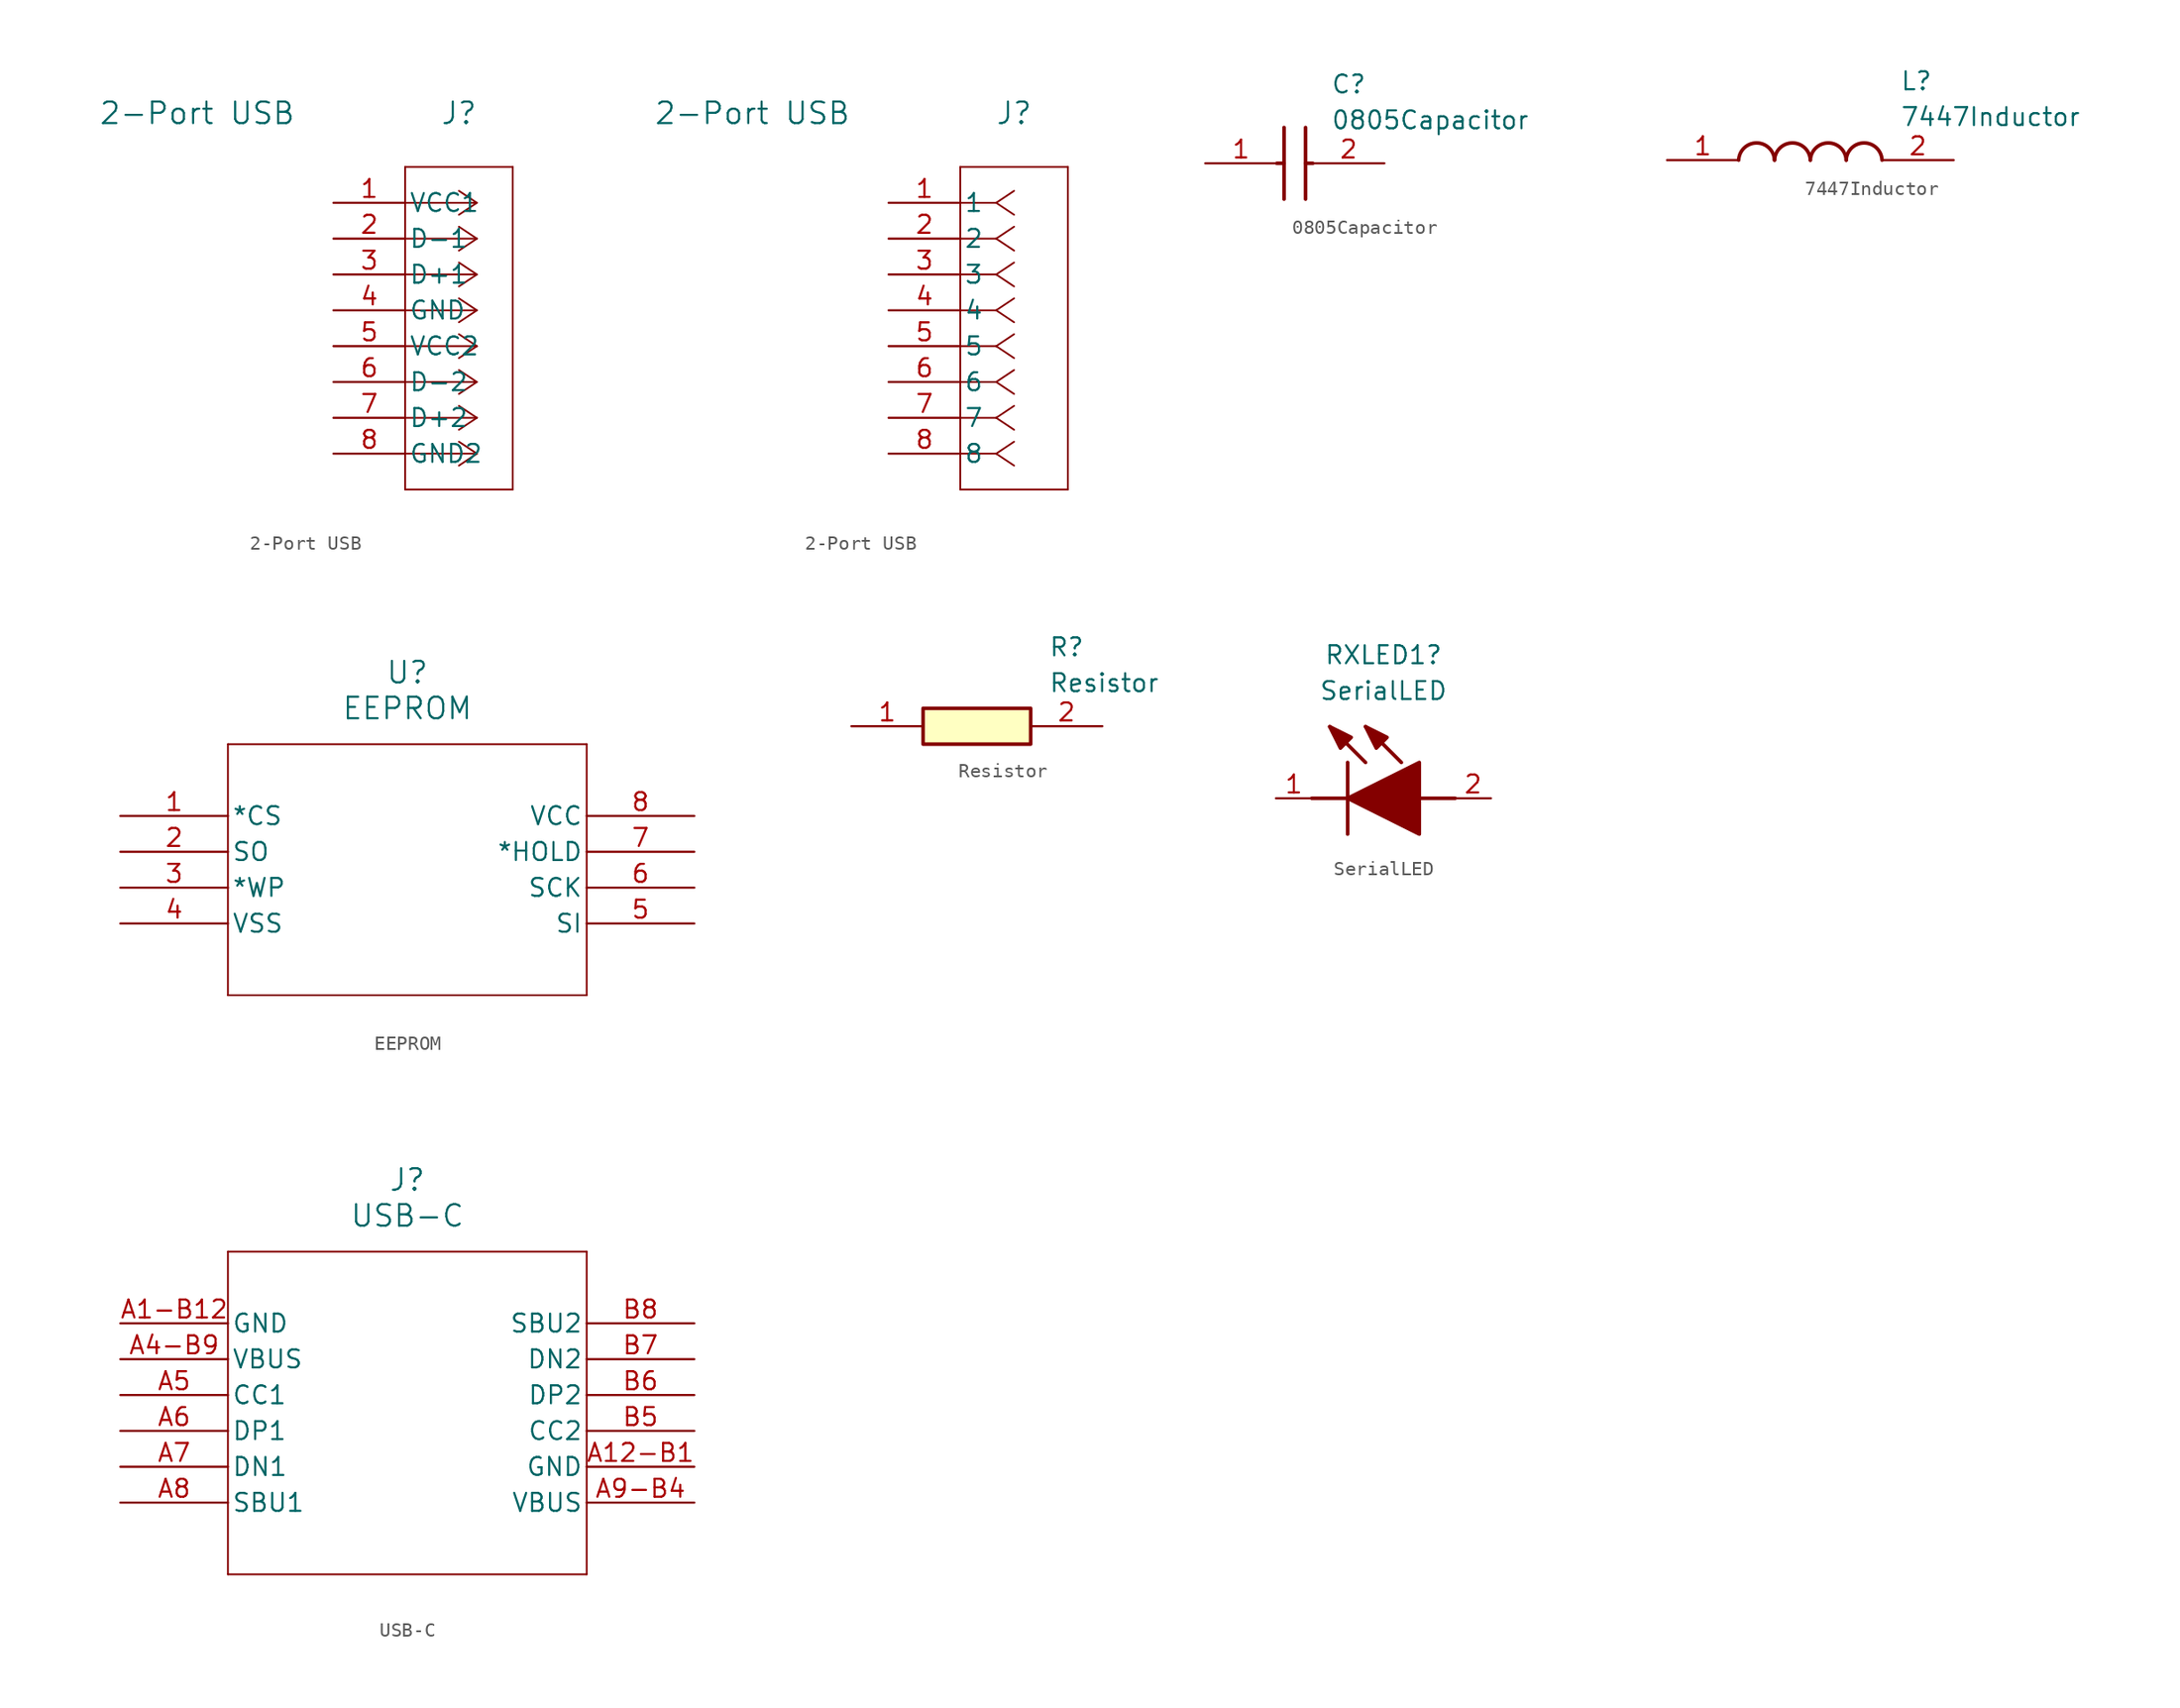
<source format=kicad_sym>
(kicad_symbol_lib
  (version 20231120)
  (generator "kicad_symbol_editor")
  (generator_version "8.0")
  (symbol "2-Port USB"
    (pin_names
      (offset 0.254))
    (property "Reference" "J"
      (at 8.89 6.35 0)
      (effects (font (size 1.524 1.524))))
    (property "Value" "2-Port USB"
      (at -9.652 6.35 0)
      (effects (font (size 1.524 1.524))))
    (property "ki_locked" ""
      (at 0 0 0)
      (effects (font (size 1.27 1.27))))
    (symbol "2-Port USB_1_1"
      (polyline (pts (xy 5.08 -20.32) (xy 12.7 -20.32)) (stroke (width 0.127) (type default)) (fill (type none)))
      (polyline (pts (xy 5.08 2.54) (xy 5.08 -20.32)) (stroke (width 0.127) (type default)) (fill (type none)))
      (polyline (pts (xy 10.16 -17.78) (xy 5.08 -17.78)) (stroke (width 0.127) (type default)) (fill (type none)))
      (polyline (pts (xy 10.16 -17.78) (xy 8.89 -18.627)) (stroke (width 0.127) (type default)) (fill (type none)))
      (polyline (pts (xy 10.16 -17.78) (xy 8.89 -16.933)) (stroke (width 0.127) (type default)) (fill (type none)))
      (polyline (pts (xy 10.16 -15.24) (xy 5.08 -15.24)) (stroke (width 0.127) (type default)) (fill (type none)))
      (polyline (pts (xy 10.16 -15.24) (xy 8.89 -16.087)) (stroke (width 0.127) (type default)) (fill (type none)))
      (polyline (pts (xy 10.16 -15.24) (xy 8.89 -14.393)) (stroke (width 0.127) (type default)) (fill (type none)))
      (polyline (pts (xy 10.16 -12.7) (xy 5.08 -12.7)) (stroke (width 0.127) (type default)) (fill (type none)))
      (polyline (pts (xy 10.16 -12.7) (xy 8.89 -13.547)) (stroke (width 0.127) (type default)) (fill (type none)))
      (polyline (pts (xy 10.16 -12.7) (xy 8.89 -11.853)) (stroke (width 0.127) (type default)) (fill (type none)))
      (polyline (pts (xy 10.16 -10.16) (xy 5.08 -10.16)) (stroke (width 0.127) (type default)) (fill (type none)))
      (polyline (pts (xy 10.16 -10.16) (xy 8.89 -11.007)) (stroke (width 0.127) (type default)) (fill (type none)))
      (polyline (pts (xy 10.16 -10.16) (xy 8.89 -9.313)) (stroke (width 0.127) (type default)) (fill (type none)))
      (polyline (pts (xy 10.16 -7.62) (xy 5.08 -7.62)) (stroke (width 0.127) (type default)) (fill (type none)))
      (polyline (pts (xy 10.16 -7.62) (xy 8.89 -8.467)) (stroke (width 0.127) (type default)) (fill (type none)))
      (polyline (pts (xy 10.16 -7.62) (xy 8.89 -6.773)) (stroke (width 0.127) (type default)) (fill (type none)))
      (polyline (pts (xy 10.16 -5.08) (xy 5.08 -5.08)) (stroke (width 0.127) (type default)) (fill (type none)))
      (polyline (pts (xy 10.16 -5.08) (xy 8.89 -5.927)) (stroke (width 0.127) (type default)) (fill (type none)))
      (polyline (pts (xy 10.16 -5.08) (xy 8.89 -4.233)) (stroke (width 0.127) (type default)) (fill (type none)))
      (polyline (pts (xy 10.16 -2.54) (xy 5.08 -2.54)) (stroke (width 0.127) (type default)) (fill (type none)))
      (polyline (pts (xy 10.16 -2.54) (xy 8.89 -3.387)) (stroke (width 0.127) (type default)) (fill (type none)))
      (polyline (pts (xy 10.16 -2.54) (xy 8.89 -1.693)) (stroke (width 0.127) (type default)) (fill (type none)))
      (polyline (pts (xy 10.16 0) (xy 5.08 0)) (stroke (width 0.127) (type default)) (fill (type none)))
      (polyline (pts (xy 10.16 0) (xy 8.89 -0.847)) (stroke (width 0.127) (type default)) (fill (type none)))
      (polyline (pts (xy 10.16 0) (xy 8.89 0.847)) (stroke (width 0.127) (type default)) (fill (type none)))
      (polyline (pts (xy 12.7 -20.32) (xy 12.7 2.54)) (stroke (width 0.127) (type default)) (fill (type none)))
      (polyline (pts (xy 12.7 2.54) (xy 5.08 2.54)) (stroke (width 0.127) (type default)) (fill (type none)))
      (pin input line (at 0 0 0) (length 5.08) (name "VCC1" (effects (font (size 1.27 1.27)))) (number "1" (effects (font (size 1.27 1.27)))))
      (pin input line (at 0 -2.54 0) (length 5.08) (name "D-1" (effects (font (size 1.27 1.27)))) (number "2" (effects (font (size 1.27 1.27)))))
      (pin input line (at 0 -5.08 0) (length 5.08) (name "D+1" (effects (font (size 1.27 1.27)))) (number "3" (effects (font (size 1.27 1.27)))))
      (pin input line (at 0 -7.62 0) (length 5.08) (name "GND" (effects (font (size 1.27 1.27)))) (number "4" (effects (font (size 1.27 1.27)))))
      (pin input line (at 0 -10.16 0) (length 5.08) (name "VCC2" (effects (font (size 1.27 1.27)))) (number "5" (effects (font (size 1.27 1.27)))))
      (pin input line (at 0 -12.7 0) (length 5.08) (name "D-2" (effects (font (size 1.27 1.27)))) (number "6" (effects (font (size 1.27 1.27)))))
      (pin input line (at 0 -15.24 0) (length 5.08) (name "D+2" (effects (font (size 1.27 1.27)))) (number "7" (effects (font (size 1.27 1.27)))))
      (pin input line (at 0 -17.78 0) (length 5.08) (name "GND2" (effects (font (size 1.27 1.27)))) (number "8" (effects (font (size 1.27 1.27))))))
    (symbol "2-Port USB_1_2"
      (polyline (pts (xy 5.08 -20.32) (xy 12.7 -20.32)) (stroke (width 0.127) (type default)) (fill (type none)))
      (polyline (pts (xy 5.08 2.54) (xy 5.08 -20.32)) (stroke (width 0.127) (type default)) (fill (type none)))
      (polyline (pts (xy 7.62 -17.78) (xy 5.08 -17.78)) (stroke (width 0.127) (type default)) (fill (type none)))
      (polyline (pts (xy 7.62 -17.78) (xy 8.89 -18.627)) (stroke (width 0.127) (type default)) (fill (type none)))
      (polyline (pts (xy 7.62 -17.78) (xy 8.89 -16.933)) (stroke (width 0.127) (type default)) (fill (type none)))
      (polyline (pts (xy 7.62 -15.24) (xy 5.08 -15.24)) (stroke (width 0.127) (type default)) (fill (type none)))
      (polyline (pts (xy 7.62 -15.24) (xy 8.89 -16.087)) (stroke (width 0.127) (type default)) (fill (type none)))
      (polyline (pts (xy 7.62 -15.24) (xy 8.89 -14.393)) (stroke (width 0.127) (type default)) (fill (type none)))
      (polyline (pts (xy 7.62 -12.7) (xy 5.08 -12.7)) (stroke (width 0.127) (type default)) (fill (type none)))
      (polyline (pts (xy 7.62 -12.7) (xy 8.89 -13.547)) (stroke (width 0.127) (type default)) (fill (type none)))
      (polyline (pts (xy 7.62 -12.7) (xy 8.89 -11.853)) (stroke (width 0.127) (type default)) (fill (type none)))
      (polyline (pts (xy 7.62 -10.16) (xy 5.08 -10.16)) (stroke (width 0.127) (type default)) (fill (type none)))
      (polyline (pts (xy 7.62 -10.16) (xy 8.89 -11.007)) (stroke (width 0.127) (type default)) (fill (type none)))
      (polyline (pts (xy 7.62 -10.16) (xy 8.89 -9.313)) (stroke (width 0.127) (type default)) (fill (type none)))
      (polyline (pts (xy 7.62 -7.62) (xy 5.08 -7.62)) (stroke (width 0.127) (type default)) (fill (type none)))
      (polyline (pts (xy 7.62 -7.62) (xy 8.89 -8.467)) (stroke (width 0.127) (type default)) (fill (type none)))
      (polyline (pts (xy 7.62 -7.62) (xy 8.89 -6.773)) (stroke (width 0.127) (type default)) (fill (type none)))
      (polyline (pts (xy 7.62 -5.08) (xy 5.08 -5.08)) (stroke (width 0.127) (type default)) (fill (type none)))
      (polyline (pts (xy 7.62 -5.08) (xy 8.89 -5.927)) (stroke (width 0.127) (type default)) (fill (type none)))
      (polyline (pts (xy 7.62 -5.08) (xy 8.89 -4.233)) (stroke (width 0.127) (type default)) (fill (type none)))
      (polyline (pts (xy 7.62 -2.54) (xy 5.08 -2.54)) (stroke (width 0.127) (type default)) (fill (type none)))
      (polyline (pts (xy 7.62 -2.54) (xy 8.89 -3.387)) (stroke (width 0.127) (type default)) (fill (type none)))
      (polyline (pts (xy 7.62 -2.54) (xy 8.89 -1.693)) (stroke (width 0.127) (type default)) (fill (type none)))
      (polyline (pts (xy 7.62 0) (xy 5.08 0)) (stroke (width 0.127) (type default)) (fill (type none)))
      (polyline (pts (xy 7.62 0) (xy 8.89 -0.847)) (stroke (width 0.127) (type default)) (fill (type none)))
      (polyline (pts (xy 7.62 0) (xy 8.89 0.847)) (stroke (width 0.127) (type default)) (fill (type none)))
      (polyline (pts (xy 12.7 -20.32) (xy 12.7 2.54)) (stroke (width 0.127) (type default)) (fill (type none)))
      (polyline (pts (xy 12.7 2.54) (xy 5.08 2.54)) (stroke (width 0.127) (type default)) (fill (type none)))
      (pin unspecified line (at 0 0 0) (length 5.08) (name "1" (effects (font (size 1.27 1.27)))) (number "1" (effects (font (size 1.27 1.27)))))
      (pin unspecified line (at 0 -2.54 0) (length 5.08) (name "2" (effects (font (size 1.27 1.27)))) (number "2" (effects (font (size 1.27 1.27)))))
      (pin unspecified line (at 0 -5.08 0) (length 5.08) (name "3" (effects (font (size 1.27 1.27)))) (number "3" (effects (font (size 1.27 1.27)))))
      (pin unspecified line (at 0 -7.62 0) (length 5.08) (name "4" (effects (font (size 1.27 1.27)))) (number "4" (effects (font (size 1.27 1.27)))))
      (pin unspecified line (at 0 -10.16 0) (length 5.08) (name "5" (effects (font (size 1.27 1.27)))) (number "5" (effects (font (size 1.27 1.27)))))
      (pin unspecified line (at 0 -12.7 0) (length 5.08) (name "6" (effects (font (size 1.27 1.27)))) (number "6" (effects (font (size 1.27 1.27)))))
      (pin unspecified line (at 0 -15.24 0) (length 5.08) (name "7" (effects (font (size 1.27 1.27)))) (number "7" (effects (font (size 1.27 1.27)))))
      (pin unspecified line (at 0 -17.78 0) (length 5.08) (name "8" (effects (font (size 1.27 1.27)))) (number "8" (effects (font (size 1.27 1.27)))))))
  (symbol "0805Capacitor"
    (pin_names hide)
    (property "Reference" "C"
      (at 8.89 6.35 0)
      (effects (font (size 1.27 1.27)) (justify left top)))
    (property "Value" "0805Capacitor"
      (at 8.89 3.81 0)
      (effects (font (size 1.27 1.27)) (justify left top)))
    (symbol "0805Capacitor_1_1"
      (polyline (pts (xy 5.08 0) (xy 5.588 0)) (stroke (width 0.254) (type default)) (fill (type none)))
      (polyline (pts (xy 5.588 2.54) (xy 5.588 -2.54)) (stroke (width 0.254) (type default)) (fill (type none)))
      (polyline (pts (xy 7.112 0) (xy 7.62 0)) (stroke (width 0.254) (type default)) (fill (type none)))
      (polyline (pts (xy 7.112 2.54) (xy 7.112 -2.54)) (stroke (width 0.254) (type default)) (fill (type none)))
      (pin passive line (at 0 0 0) (length 5.08) (name "1" (effects (font (size 1.27 1.27)))) (number "1" (effects (font (size 1.27 1.27)))))
      (pin passive line (at 12.7 0 180) (length 5.08) (name "2" (effects (font (size 1.27 1.27)))) (number "2" (effects (font (size 1.27 1.27)))))))
  (symbol "7447Inductor"
    (pin_names hide)
    (property "Reference" "L"
      (at 16.51 6.35 0)
      (effects (font (size 1.27 1.27)) (justify left top)))
    (property "Value" "7447Inductor"
      (at 16.51 3.81 0)
      (effects (font (size 1.27 1.27)) (justify left top)))
    (symbol "7447Inductor_1_1"
      (arc (start 7.62 0) (mid 6.35 1.219) (end 5.08 0) (stroke (width 0.254) (type default)) (fill (type none)))
      (arc (start 10.16 0) (mid 8.89 1.219) (end 7.62 0) (stroke (width 0.254) (type default)) (fill (type none)))
      (arc (start 12.7 0) (mid 11.43 1.219) (end 10.16 0) (stroke (width 0.254) (type default)) (fill (type none)))
      (arc (start 15.24 0) (mid 13.97 1.219) (end 12.7 0) (stroke (width 0.254) (type default)) (fill (type none)))
      (pin passive line (at 0 0 0) (length 5.08) (name "1" (effects (font (size 1.27 1.27)))) (number "1" (effects (font (size 1.27 1.27)))))
      (pin passive line (at 20.32 0 180) (length 5.08) (name "2" (effects (font (size 1.27 1.27)))) (number "2" (effects (font (size 1.27 1.27)))))))
  (symbol "EEPROM"
    (pin_names
      (offset 0.254))
    (property "Reference" "U"
      (at 20.32 10.16 0)
      (effects (font (size 1.524 1.524))))
    (property "Value" "EEPROM"
      (at 20.32 7.62 0)
      (effects (font (size 1.524 1.524))))
    (property "ki_locked" ""
      (at 0 0 0)
      (effects (font (size 1.27 1.27))))
    (symbol "EEPROM_0_1"
      (polyline (pts (xy 7.62 -12.7) (xy 33.02 -12.7)) (stroke (width 0.127) (type default)) (fill (type none)))
      (polyline (pts (xy 7.62 5.08) (xy 7.62 -12.7)) (stroke (width 0.127) (type default)) (fill (type none)))
      (polyline (pts (xy 33.02 -12.7) (xy 33.02 5.08)) (stroke (width 0.127) (type default)) (fill (type none)))
      (polyline (pts (xy 33.02 5.08) (xy 7.62 5.08)) (stroke (width 0.127) (type default)) (fill (type none)))
      (pin unspecified line (at 0 0 0) (length 7.62) (name "*CS" (effects (font (size 1.27 1.27)))) (number "1" (effects (font (size 1.27 1.27)))))
      (pin output line (at 0 -2.54 0) (length 7.62) (name "SO" (effects (font (size 1.27 1.27)))) (number "2" (effects (font (size 1.27 1.27)))))
      (pin unspecified line (at 0 -5.08 0) (length 7.62) (name "*WP" (effects (font (size 1.27 1.27)))) (number "3" (effects (font (size 1.27 1.27)))))
      (pin power_in line (at 0 -7.62 0) (length 7.62) (name "VSS" (effects (font (size 1.27 1.27)))) (number "4" (effects (font (size 1.27 1.27)))))
      (pin input line (at 40.64 -7.62 180) (length 7.62) (name "SI" (effects (font (size 1.27 1.27)))) (number "5" (effects (font (size 1.27 1.27)))))
      (pin unspecified line (at 40.64 -5.08 180) (length 7.62) (name "SCK" (effects (font (size 1.27 1.27)))) (number "6" (effects (font (size 1.27 1.27)))))
      (pin input line (at 40.64 -2.54 180) (length 7.62) (name "*HOLD" (effects (font (size 1.27 1.27)))) (number "7" (effects (font (size 1.27 1.27)))))
      (pin power_in line (at 40.64 0 180) (length 7.62) (name "VCC" (effects (font (size 1.27 1.27)))) (number "8" (effects (font (size 1.27 1.27)))))))
  (symbol "Resistor"
    (pin_names hide)
    (property "Reference" "R"
      (at 13.97 6.35 0)
      (effects (font (size 1.27 1.27)) (justify left top)))
    (property "Value" "Resistor"
      (at 13.97 3.81 0)
      (effects (font (size 1.27 1.27)) (justify left top)))
    (symbol "Resistor_1_1"
      (rectangle (start 5.08 1.27) (end 12.7 -1.27) (stroke (width 0.254) (type default)) (fill (type background)))
      (pin passive line (at 0 0 0) (length 5.08) (name "1" (effects (font (size 1.27 1.27)))) (number "1" (effects (font (size 1.27 1.27)))))
      (pin passive line (at 17.78 0 180) (length 5.08) (name "2" (effects (font (size 1.27 1.27)))) (number "2" (effects (font (size 1.27 1.27)))))))
  (symbol "SerialLED"
    (pin_names hide)
    (property "Reference" "RXLED1"
      (at 7.62 10.16 0)
      (effects (font (size 1.27 1.27))))
    (property "Value" "SerialLED"
      (at 7.62 7.62 0)
      (effects (font (size 1.27 1.27))))
    (symbol "SerialLED_1_1"
      (polyline (pts (xy 2.54 0) (xy 5.08 0)) (stroke (width 0.254) (type default)) (fill (type none)))
      (polyline (pts (xy 5.08 2.54) (xy 5.08 -2.54)) (stroke (width 0.254) (type default)) (fill (type none)))
      (polyline (pts (xy 6.35 2.54) (xy 3.81 5.08)) (stroke (width 0.254) (type default)) (fill (type none)))
      (polyline (pts (xy 8.89 2.54) (xy 6.35 5.08)) (stroke (width 0.254) (type default)) (fill (type none)))
      (polyline (pts (xy 10.16 0) (xy 12.7 0)) (stroke (width 0.254) (type default)) (fill (type none)))
      (polyline (pts (xy 5.08 0) (xy 10.16 2.54) (xy 10.16 -2.54) (xy 5.08 0)) (stroke (width 0.254) (type default)) (fill (type outline)))
      (polyline (pts (xy 5.334 4.318) (xy 4.572 3.556) (xy 3.81 5.08) (xy 5.334 4.318)) (stroke (width 0.254) (type default)) (fill (type outline)))
      (polyline (pts (xy 7.874 4.318) (xy 7.112 3.556) (xy 6.35 5.08) (xy 7.874 4.318)) (stroke (width 0.254) (type default)) (fill (type outline)))
      (pin passive line (at 0 0 0) (length 2.54) (name "K" (effects (font (size 1.27 1.27)))) (number "1" (effects (font (size 1.27 1.27)))))
      (pin passive line (at 15.24 0 180) (length 2.54) (name "A" (effects (font (size 1.27 1.27)))) (number "2" (effects (font (size 1.27 1.27)))))))
  (symbol "USB-C"
    (pin_names
      (offset 0.254))
    (property "Reference" "J"
      (at 0 16.51 0)
      (effects (font (size 1.524 1.524))))
    (property "Value" "USB-C"
      (at 0 13.97 0)
      (effects (font (size 1.524 1.524))))
    (property "ki_locked" ""
      (at 0 0 0)
      (effects (font (size 1.27 1.27))))
    (symbol "USB-C_0_1"
      (polyline (pts (xy -12.7 -11.43) (xy 12.7 -11.43)) (stroke (width 0.127) (type default)) (fill (type none)))
      (polyline (pts (xy -12.7 11.43) (xy -12.7 -11.43)) (stroke (width 0.127) (type default)) (fill (type none)))
      (polyline (pts (xy 12.7 -11.43) (xy 12.7 11.43)) (stroke (width 0.127) (type default)) (fill (type none)))
      (polyline (pts (xy 12.7 11.43) (xy -12.7 11.43)) (stroke (width 0.127) (type default)) (fill (type none)))
      (pin power_out line (at -20.32 6.35 0) (length 7.62) (name "GND" (effects (font (size 1.27 1.27)))) (number "A1-B12" (effects (font (size 1.27 1.27)))))
      (pin power_out line (at 20.32 -3.81 180) (length 7.62) (name "GND" (effects (font (size 1.27 1.27)))) (number "A12-B1" (effects (font (size 1.27 1.27)))))
      (pin power_in line (at -20.32 3.81 0) (length 7.62) (name "VBUS" (effects (font (size 1.27 1.27)))) (number "A4-B9" (effects (font (size 1.27 1.27)))))
      (pin bidirectional line (at -20.32 1.27 0) (length 7.62) (name "CC1" (effects (font (size 1.27 1.27)))) (number "A5" (effects (font (size 1.27 1.27)))))
      (pin bidirectional line (at -20.32 -1.27 0) (length 7.62) (name "DP1" (effects (font (size 1.27 1.27)))) (number "A6" (effects (font (size 1.27 1.27)))))
      (pin bidirectional line (at -20.32 -3.81 0) (length 7.62) (name "DN1" (effects (font (size 1.27 1.27)))) (number "A7" (effects (font (size 1.27 1.27)))))
      (pin bidirectional line (at -20.32 -6.35 0) (length 7.62) (name "SBU1" (effects (font (size 1.27 1.27)))) (number "A8" (effects (font (size 1.27 1.27)))))
      (pin power_in line (at 20.32 -6.35 180) (length 7.62) (name "VBUS" (effects (font (size 1.27 1.27)))) (number "A9-B4" (effects (font (size 1.27 1.27)))))
      (pin bidirectional line (at 20.32 -1.27 180) (length 7.62) (name "CC2" (effects (font (size 1.27 1.27)))) (number "B5" (effects (font (size 1.27 1.27)))))
      (pin bidirectional line (at 20.32 1.27 180) (length 7.62) (name "DP2" (effects (font (size 1.27 1.27)))) (number "B6" (effects (font (size 1.27 1.27)))))
      (pin bidirectional line (at 20.32 3.81 180) (length 7.62) (name "DN2" (effects (font (size 1.27 1.27)))) (number "B7" (effects (font (size 1.27 1.27)))))
      (pin bidirectional line (at 20.32 6.35 180) (length 7.62) (name "SBU2" (effects (font (size 1.27 1.27)))) (number "B8" (effects (font (size 1.27 1.27))))))))
</source>
